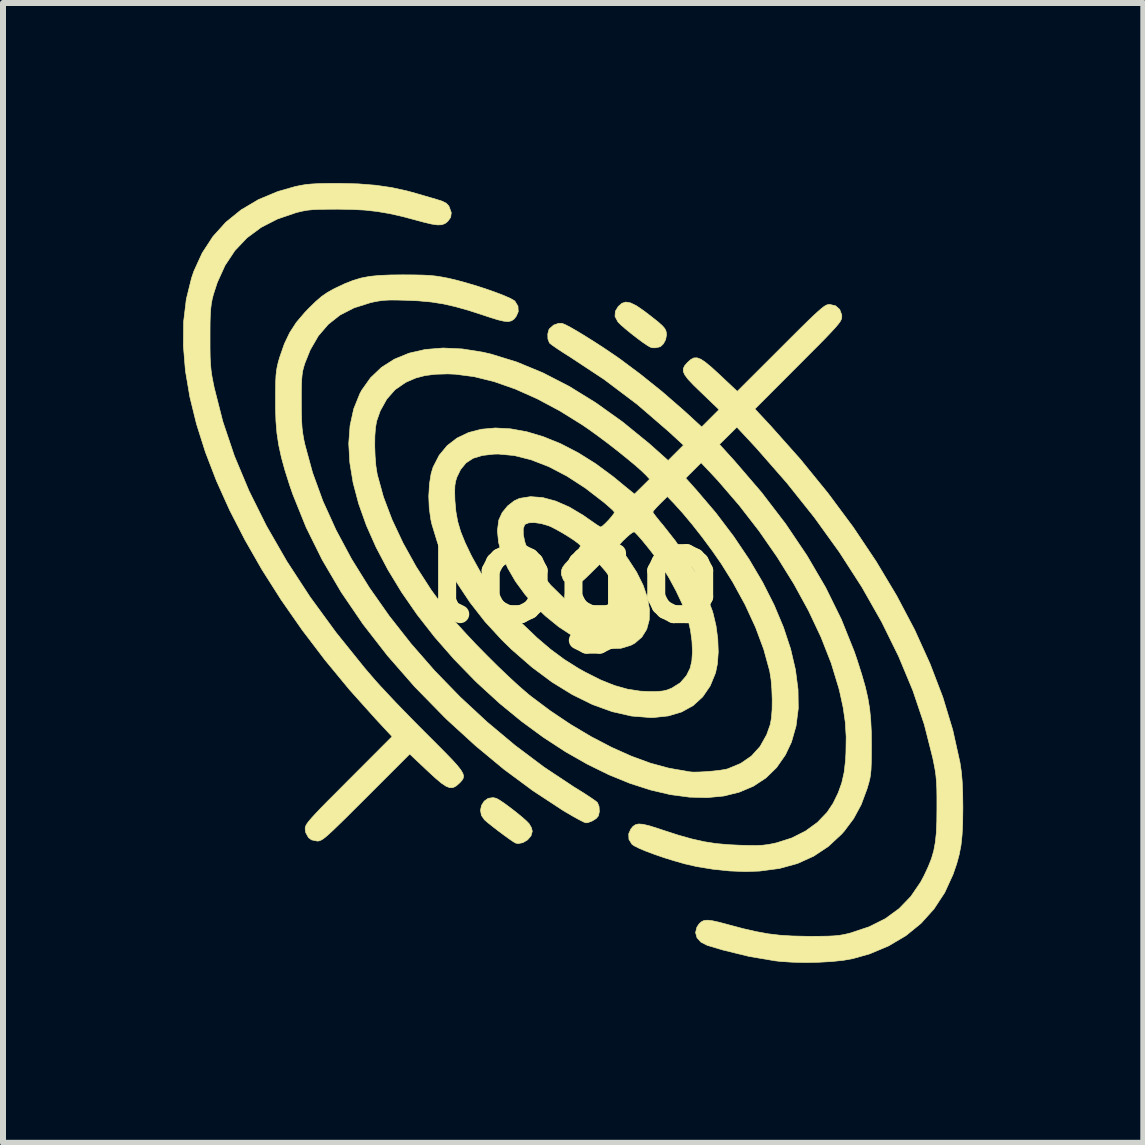
<source format=kicad_pcb>
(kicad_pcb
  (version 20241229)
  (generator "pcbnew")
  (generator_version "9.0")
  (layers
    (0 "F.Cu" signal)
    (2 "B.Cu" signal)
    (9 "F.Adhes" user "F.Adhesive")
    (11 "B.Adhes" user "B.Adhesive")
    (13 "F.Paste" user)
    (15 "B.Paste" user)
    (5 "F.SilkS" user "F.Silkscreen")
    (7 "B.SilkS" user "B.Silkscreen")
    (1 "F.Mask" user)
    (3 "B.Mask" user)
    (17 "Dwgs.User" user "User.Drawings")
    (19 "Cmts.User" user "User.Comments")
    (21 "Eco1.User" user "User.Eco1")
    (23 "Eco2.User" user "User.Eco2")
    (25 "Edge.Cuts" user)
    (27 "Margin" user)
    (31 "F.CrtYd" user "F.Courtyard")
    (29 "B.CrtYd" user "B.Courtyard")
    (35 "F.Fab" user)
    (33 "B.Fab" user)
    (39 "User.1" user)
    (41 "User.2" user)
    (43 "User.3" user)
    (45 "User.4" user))
  (footprint "logo"
    (layer "F.Cu")
    (at 6.504 6.492)
    (property "Reference" "logo" (at 0 0 0) (layer "F.SilkS") (effects (font (size 1.524 1.524) (thickness 0.3))))
    (attr through_hole)
    (fp_poly (pts (xy -1.285 3.758) (xy -1.233 3.787) (xy -1.154 3.84) (xy -1.059 3.91) (xy -0.959 3.987) (xy -0.865 4.064) (xy -0.788 4.131) (xy -0.74 4.18) (xy -0.738 4.183) (xy -0.701 4.247) (xy -0.686 4.307) (xy -0.708 4.384) (xy -0.765 4.45) (xy -0.842 4.496) (xy -0.923 4.512) (xy -0.965 4.503) (xy -1.004 4.48) (xy -1.071 4.434) (xy -1.158 4.371) (xy -1.252 4.301) (xy -1.344 4.23) (xy -1.423 4.167) (xy -1.479 4.119) (xy -1.48 4.119) (xy -1.534 4.042) (xy -1.549 3.957) (xy -1.532 3.875) (xy -1.487 3.805) (xy -1.421 3.758) (xy -1.339 3.746) (xy -1.285 3.758)) (stroke (width 0.01) (type solid)) (fill yes) (layer "F.SilkS"))
    (fp_poly (pts (xy 0.951 -4.496) (xy 1.049 -4.448) (xy 1.173 -4.363) (xy 1.198 -4.344) (xy 1.325 -4.246) (xy 1.418 -4.172) (xy 1.481 -4.115) (xy 1.52 -4.07) (xy 1.54 -4.031) (xy 1.548 -3.991) (xy 1.549 -3.959) (xy 1.535 -3.883) (xy 1.498 -3.814) (xy 1.451 -3.769) (xy 1.42 -3.759) (xy 1.381 -3.752) (xy 1.367 -3.748) (xy 1.318 -3.748) (xy 1.279 -3.759) (xy 1.229 -3.788) (xy 1.151 -3.841) (xy 1.057 -3.911) (xy 0.958 -3.988) (xy 0.865 -4.064) (xy 0.789 -4.13) (xy 0.741 -4.179) (xy 0.738 -4.183) (xy 0.692 -4.271) (xy 0.698 -4.357) (xy 0.746 -4.436) (xy 0.806 -4.489) (xy 0.872 -4.51) (xy 0.951 -4.496)) (stroke (width 0.01) (type solid)) (fill yes) (layer "F.SilkS"))
    (fp_poly (pts (xy -2.658 -4.962) (xy -2.51 -4.959) (xy -2.39 -4.953) (xy -2.286 -4.942) (xy -2.187 -4.926) (xy -2.083 -4.906) (xy -1.933 -4.87) (xy -1.77 -4.825) (xy -1.602 -4.775) (xy -1.438 -4.721) (xy -1.286 -4.667) (xy -1.154 -4.616) (xy -1.052 -4.571) (xy -0.988 -4.535) (xy -0.976 -4.525) (xy -0.925 -4.442) (xy -0.92 -4.349) (xy -0.955 -4.271) (xy -0.992 -4.225) (xy -1.034 -4.197) (xy -1.087 -4.185) (xy -1.159 -4.191) (xy -1.259 -4.214) (xy -1.394 -4.256) (xy -1.496 -4.29) (xy -1.749 -4.372) (xy -1.97 -4.434) (xy -2.173 -4.48) (xy -2.371 -4.511) (xy -2.579 -4.53) (xy -2.769 -4.539) (xy -2.93 -4.543) (xy -3.054 -4.544) (xy -3.154 -4.539) (xy -3.242 -4.528) (xy -3.332 -4.511) (xy -3.388 -4.498) (xy -3.656 -4.413) (xy -3.888 -4.294) (xy -4.085 -4.139) (xy -4.25 -3.947) (xy -4.385 -3.714) (xy -4.474 -3.493) (xy -4.496 -3.423) (xy -4.512 -3.359) (xy -4.522 -3.288) (xy -4.529 -3.202) (xy -4.533 -3.091) (xy -4.534 -2.943) (xy -4.534 -2.857) (xy -4.533 -2.677) (xy -4.529 -2.535) (xy -4.522 -2.418) (xy -4.509 -2.315) (xy -4.491 -2.211) (xy -4.474 -2.134) (xy -4.347 -1.667) (xy -4.174 -1.192) (xy -3.956 -0.712) (xy -3.698 -0.23) (xy -3.401 0.248) (xy -3.069 0.721) (xy -2.704 1.185) (xy -2.31 1.636) (xy -1.888 2.07) (xy -1.442 2.484) (xy -0.975 2.875) (xy -0.49 3.239) (xy 0.012 3.572) (xy 0.089 3.619) (xy 0.197 3.687) (xy 0.291 3.749) (xy 0.362 3.798) (xy 0.399 3.828) (xy 0.4 3.83) (xy 0.426 3.894) (xy 0.431 3.978) (xy 0.416 4.05) (xy 0.379 4.094) (xy 0.313 4.135) (xy 0.241 4.162) (xy 0.209 4.166) (xy 0.171 4.153) (xy 0.1 4.117) (xy 0.003 4.064) (xy -0.112 3.997) (xy -0.182 3.955) (xy -0.677 3.63) (xy -1.157 3.275) (xy -1.631 2.882) (xy -2.107 2.447) (xy -2.152 2.403) (xy -2.647 1.897) (xy -3.099 1.38) (xy -3.507 0.855) (xy -3.87 0.322) (xy -4.186 -0.216) (xy -4.454 -0.757) (xy -4.673 -1.3) (xy -4.726 -1.452) (xy -4.806 -1.704) (xy -4.866 -1.923) (xy -4.91 -2.124) (xy -4.94 -2.321) (xy -4.957 -2.526) (xy -4.964 -2.754) (xy -4.964 -2.883) (xy -4.963 -3.055) (xy -4.961 -3.186) (xy -4.956 -3.288) (xy -4.947 -3.37) (xy -4.934 -3.442) (xy -4.916 -3.516) (xy -4.893 -3.594) (xy -4.816 -3.815) (xy -4.727 -4.001) (xy -4.618 -4.169) (xy -4.478 -4.334) (xy -4.407 -4.408) (xy -4.293 -4.519) (xy -4.197 -4.602) (xy -4.105 -4.666) (xy -4.002 -4.724) (xy -3.962 -4.744) (xy -3.809 -4.816) (xy -3.672 -4.87) (xy -3.538 -4.91) (xy -3.398 -4.937) (xy -3.239 -4.953) (xy -3.051 -4.961) (xy -2.845 -4.963) (xy -2.658 -4.962)) (stroke (width 0.01) (type solid)) (fill yes) (layer "F.SilkS"))
    (fp_poly (pts (xy -3.912 -6.487) (xy -3.586 -6.479) (xy -3.296 -6.456) (xy -3.027 -6.417) (xy -2.765 -6.359) (xy -2.63 -6.322) (xy -2.507 -6.286) (xy -2.373 -6.247) (xy -2.28 -6.22) (xy -2.182 -6.188) (xy -2.12 -6.156) (xy -2.082 -6.117) (xy -2.07 -6.096) (xy -2.036 -6) (xy -2.046 -5.921) (xy -2.094 -5.854) (xy -2.14 -5.818) (xy -2.194 -5.798) (xy -2.265 -5.795) (xy -2.362 -5.809) (xy -2.493 -5.84) (xy -2.59 -5.866) (xy -2.843 -5.934) (xy -3.065 -5.984) (xy -3.271 -6.019) (xy -3.476 -6.042) (xy -3.696 -6.053) (xy -3.924 -6.057) (xy -4.101 -6.056) (xy -4.238 -6.054) (xy -4.345 -6.049) (xy -4.433 -6.04) (xy -4.511 -6.026) (xy -4.592 -6.007) (xy -4.623 -5.999) (xy -4.933 -5.893) (xy -5.205 -5.753) (xy -5.441 -5.578) (xy -5.641 -5.367) (xy -5.805 -5.12) (xy -5.934 -4.836) (xy -5.999 -4.636) (xy -6.019 -4.558) (xy -6.033 -4.483) (xy -6.043 -4.401) (xy -6.05 -4.302) (xy -6.054 -4.177) (xy -6.055 -4.016) (xy -6.055 -3.924) (xy -6.055 -3.742) (xy -6.053 -3.598) (xy -6.047 -3.48) (xy -6.038 -3.378) (xy -6.024 -3.279) (xy -6.003 -3.17) (xy -5.986 -3.086) (xy -5.842 -2.519) (xy -5.649 -1.945) (xy -5.406 -1.365) (xy -5.115 -0.78) (xy -4.776 -0.191) (xy -4.39 0.401) (xy -3.957 0.994) (xy -3.478 1.589) (xy -3.307 1.788) (xy -3.221 1.884) (xy -3.105 2.008) (xy -2.968 2.154) (xy -2.815 2.312) (xy -2.655 2.476) (xy -2.493 2.639) (xy -2.434 2.698) (xy -2.261 2.871) (xy -2.122 3.011) (xy -2.013 3.124) (xy -1.932 3.214) (xy -1.877 3.285) (xy -1.844 3.34) (xy -1.831 3.384) (xy -1.836 3.421) (xy -1.855 3.455) (xy -1.886 3.49) (xy -1.903 3.507) (xy -1.956 3.553) (xy -2.006 3.579) (xy -2.059 3.581) (xy -2.122 3.557) (xy -2.2 3.505) (xy -2.3 3.421) (xy -2.427 3.304) (xy -2.462 3.271) (xy -2.728 3.02) (xy -3.453 3.745) (xy -3.635 3.926) (xy -3.784 4.075) (xy -3.905 4.193) (xy -4.001 4.286) (xy -4.076 4.355) (xy -4.133 4.405) (xy -4.177 4.438) (xy -4.211 4.457) (xy -4.238 4.467) (xy -4.263 4.47) (xy -4.269 4.47) (xy -4.364 4.45) (xy -4.415 4.412) (xy -4.461 4.328) (xy -4.47 4.266) (xy -4.468 4.242) (xy -4.459 4.215) (xy -4.441 4.182) (xy -4.409 4.139) (xy -4.36 4.082) (xy -4.292 4.008) (xy -4.202 3.913) (xy -4.085 3.794) (xy -3.938 3.647) (xy -3.759 3.467) (xy -3.746 3.454) (xy -3.022 2.729) (xy -3.289 2.442) (xy -3.729 1.951) (xy -4.139 1.454) (xy -4.52 0.953) (xy -4.87 0.451) (xy -5.189 -0.051) (xy -5.475 -0.551) (xy -5.729 -1.045) (xy -5.948 -1.532) (xy -6.132 -2.01) (xy -6.28 -2.477) (xy -6.391 -2.929) (xy -6.465 -3.366) (xy -6.499 -3.785) (xy -6.495 -4.183) (xy -6.45 -4.558) (xy -6.363 -4.909) (xy -6.324 -5.024) (xy -6.185 -5.328) (xy -6.007 -5.601) (xy -5.791 -5.84) (xy -5.538 -6.045) (xy -5.25 -6.216) (xy -4.927 -6.351) (xy -4.637 -6.434) (xy -4.545 -6.453) (xy -4.456 -6.468) (xy -4.358 -6.477) (xy -4.243 -6.483) (xy -4.098 -6.486) (xy -3.913 -6.487) (xy -3.912 -6.487)) (stroke (width 0.01) (type solid)) (fill yes) (layer "F.SilkS"))
    (fp_poly (pts (xy 4.366 -4.448) (xy 4.435 -4.387) (xy 4.469 -4.296) (xy 4.47 -4.266) (xy 4.468 -4.242) (xy 4.459 -4.215) (xy 4.441 -4.182) (xy 4.409 -4.139) (xy 4.36 -4.082) (xy 4.292 -4.008) (xy 4.202 -3.913) (xy 4.085 -3.794) (xy 3.938 -3.647) (xy 3.759 -3.467) (xy 3.746 -3.454) (xy 3.022 -2.729) (xy 3.284 -2.448) (xy 3.779 -1.892) (xy 4.238 -1.328) (xy 4.66 -0.76) (xy 5.042 -0.189) (xy 5.384 0.382) (xy 5.684 0.951) (xy 5.94 1.516) (xy 6.153 2.073) (xy 6.319 2.621) (xy 6.438 3.157) (xy 6.443 3.188) (xy 6.463 3.325) (xy 6.476 3.48) (xy 6.484 3.665) (xy 6.487 3.888) (xy 6.487 3.937) (xy 6.484 4.172) (xy 6.474 4.369) (xy 6.456 4.539) (xy 6.426 4.695) (xy 6.384 4.85) (xy 6.327 5.014) (xy 6.324 5.024) (xy 6.185 5.328) (xy 6.006 5.601) (xy 5.79 5.841) (xy 5.538 6.046) (xy 5.251 6.216) (xy 4.932 6.35) (xy 4.651 6.429) (xy 4.494 6.457) (xy 4.301 6.477) (xy 4.086 6.489) (xy 3.862 6.493) (xy 3.643 6.488) (xy 3.444 6.475) (xy 3.359 6.465) (xy 2.923 6.391) (xy 2.489 6.285) (xy 2.228 6.207) (xy 2.124 6.154) (xy 2.058 6.081) (xy 2.034 5.995) (xy 2.056 5.905) (xy 2.091 5.852) (xy 2.129 5.816) (xy 2.173 5.794) (xy 2.231 5.788) (xy 2.312 5.797) (xy 2.425 5.822) (xy 2.577 5.862) (xy 2.583 5.864) (xy 2.831 5.93) (xy 3.047 5.979) (xy 3.244 6.015) (xy 3.436 6.038) (xy 3.638 6.051) (xy 3.864 6.056) (xy 3.924 6.057) (xy 4.102 6.056) (xy 4.239 6.054) (xy 4.346 6.049) (xy 4.434 6.04) (xy 4.513 6.026) (xy 4.594 6.007) (xy 4.623 5.999) (xy 4.928 5.897) (xy 5.195 5.763) (xy 5.425 5.595) (xy 5.621 5.392) (xy 5.784 5.153) (xy 5.843 5.042) (xy 5.911 4.896) (xy 5.964 4.763) (xy 6.002 4.632) (xy 6.028 4.492) (xy 6.045 4.332) (xy 6.053 4.143) (xy 6.055 3.924) (xy 6.055 3.742) (xy 6.053 3.598) (xy 6.047 3.48) (xy 6.038 3.378) (xy 6.024 3.279) (xy 6.003 3.17) (xy 5.986 3.086) (xy 5.845 2.529) (xy 5.655 1.964) (xy 5.417 1.393) (xy 5.133 0.816) (xy 4.804 0.237) (xy 4.431 -0.342) (xy 4.014 -0.921) (xy 3.555 -1.497) (xy 3.055 -2.068) (xy 2.912 -2.223) (xy 2.722 -2.426) (xy 2.432 -2.139) (xy 2.684 -1.861) (xy 3.131 -1.341) (xy 3.533 -0.816) (xy 3.89 -0.286) (xy 4.201 0.246) (xy 4.463 0.778) (xy 4.676 1.308) (xy 4.724 1.448) (xy 4.801 1.69) (xy 4.861 1.898) (xy 4.904 2.085) (xy 4.934 2.265) (xy 4.952 2.45) (xy 4.962 2.653) (xy 4.964 2.87) (xy 4.963 3.044) (xy 4.961 3.177) (xy 4.957 3.28) (xy 4.949 3.362) (xy 4.937 3.433) (xy 4.919 3.504) (xy 4.895 3.585) (xy 4.893 3.594) (xy 4.793 3.863) (xy 4.667 4.096) (xy 4.509 4.307) (xy 4.465 4.356) (xy 4.245 4.56) (xy 4.001 4.722) (xy 3.731 4.844) (xy 3.432 4.926) (xy 3.102 4.97) (xy 2.864 4.978) (xy 2.603 4.968) (xy 2.326 4.939) (xy 2.055 4.895) (xy 1.854 4.849) (xy 1.686 4.801) (xy 1.517 4.749) (xy 1.357 4.694) (xy 1.214 4.641) (xy 1.097 4.592) (xy 1.013 4.55) (xy 0.975 4.524) (xy 0.924 4.442) (xy 0.92 4.349) (xy 0.955 4.271) (xy 0.992 4.225) (xy 1.034 4.197) (xy 1.087 4.185) (xy 1.159 4.191) (xy 1.259 4.214) (xy 1.394 4.256) (xy 1.496 4.29) (xy 1.749 4.372) (xy 1.97 4.434) (xy 2.173 4.48) (xy 2.371 4.511) (xy 2.579 4.53) (xy 2.769 4.539) (xy 2.93 4.543) (xy 3.054 4.544) (xy 3.154 4.539) (xy 3.242 4.528) (xy 3.332 4.511) (xy 3.388 4.498) (xy 3.638 4.418) (xy 3.866 4.303) (xy 4.064 4.159) (xy 4.226 3.99) (xy 4.326 3.84) (xy 4.41 3.667) (xy 4.47 3.5) (xy 4.51 3.322) (xy 4.533 3.119) (xy 4.539 2.997) (xy 4.543 2.733) (xy 4.528 2.489) (xy 4.493 2.246) (xy 4.436 1.984) (xy 4.42 1.92) (xy 4.294 1.506) (xy 4.125 1.075) (xy 3.917 0.634) (xy 3.673 0.188) (xy 3.397 -0.257) (xy 3.093 -0.695) (xy 2.763 -1.121) (xy 2.412 -1.529) (xy 2.267 -1.685) (xy 2.126 -1.833) (xy 1.87 -1.577) (xy 2.047 -1.379) (xy 2.373 -0.996) (xy 2.666 -0.609) (xy 2.926 -0.223) (xy 3.152 0.16) (xy 3.343 0.538) (xy 3.498 0.908) (xy 3.617 1.268) (xy 3.698 1.615) (xy 3.741 1.946) (xy 3.745 2.26) (xy 3.708 2.553) (xy 3.631 2.822) (xy 3.531 3.034) (xy 3.383 3.246) (xy 3.204 3.42) (xy 2.997 3.556) (xy 2.763 3.655) (xy 2.506 3.719) (xy 2.227 3.746) (xy 1.929 3.738) (xy 1.614 3.696) (xy 1.285 3.619) (xy 0.943 3.509) (xy 0.592 3.366) (xy 0.233 3.19) (xy -0.131 2.983) (xy -0.498 2.744) (xy -0.865 2.475) (xy -1.231 2.175) (xy -1.592 1.845) (xy -1.647 1.792) (xy -1.994 1.435) (xy -2.314 1.069) (xy -2.604 0.698) (xy -2.864 0.323) (xy -3.092 -0.052) (xy -3.288 -0.424) (xy -3.451 -0.791) (xy -3.579 -1.151) (xy -3.671 -1.499) (xy -3.726 -1.834) (xy -3.742 -2.115) (xy -3.311 -2.115) (xy -3.305 -1.945) (xy -3.292 -1.782) (xy -3.27 -1.642) (xy -3.266 -1.626) (xy -3.166 -1.263) (xy -3.023 -0.885) (xy -2.84 -0.496) (xy -2.622 -0.103) (xy -2.37 0.288) (xy -2.089 0.671) (xy -2.057 0.711) (xy -1.942 0.849) (xy -1.796 1.01) (xy -1.629 1.188) (xy -1.448 1.372) (xy -1.263 1.556) (xy -1.082 1.729) (xy -0.913 1.885) (xy -0.764 2.014) (xy -0.711 2.057) (xy -0.384 2.302) (xy -0.047 2.528) (xy 0.295 2.731) (xy 0.634 2.908) (xy 0.965 3.056) (xy 1.281 3.172) (xy 1.575 3.252) (xy 1.702 3.276) (xy 1.799 3.292) (xy 1.879 3.306) (xy 1.927 3.315) (xy 1.93 3.316) (xy 1.99 3.321) (xy 2.085 3.32) (xy 2.202 3.314) (xy 2.324 3.304) (xy 2.439 3.291) (xy 2.531 3.276) (xy 2.568 3.267) (xy 2.785 3.177) (xy 2.965 3.053) (xy 3.109 2.894) (xy 3.219 2.697) (xy 3.279 2.527) (xy 3.298 2.421) (xy 3.309 2.278) (xy 3.311 2.115) (xy 3.305 1.945) (xy 3.292 1.782) (xy 3.27 1.642) (xy 3.266 1.626) (xy 3.17 1.276) (xy 3.033 0.908) (xy 2.859 0.531) (xy 2.652 0.153) (xy 2.463 -0.15) (xy 2.312 -0.367) (xy 2.148 -0.589) (xy 1.98 -0.803) (xy 1.817 -0.998) (xy 1.669 -1.161) (xy 1.668 -1.162) (xy 1.564 -1.27) (xy 1.442 -1.15) (xy 1.381 -1.087) (xy 1.337 -1.037) (xy 1.321 -1.012) (xy 1.336 -0.986) (xy 1.378 -0.931) (xy 1.439 -0.855) (xy 1.49 -0.795) (xy 1.699 -0.529) (xy 1.892 -0.243) (xy 2.062 0.052) (xy 2.204 0.346) (xy 2.31 0.626) (xy 2.326 0.677) (xy 2.375 0.886) (xy 2.404 1.104) (xy 2.412 1.319) (xy 2.398 1.516) (xy 2.367 1.667) (xy 2.277 1.886) (xy 2.153 2.067) (xy 1.995 2.212) (xy 1.804 2.318) (xy 1.582 2.385) (xy 1.33 2.412) (xy 1.279 2.412) (xy 0.967 2.387) (xy 0.645 2.314) (xy 0.316 2.195) (xy -0.019 2.03) (xy -0.357 1.822) (xy -0.694 1.571) (xy -1.029 1.279) (xy -1.194 1.118) (xy -1.474 0.814) (xy -1.724 0.494) (xy -1.941 0.167) (xy -2.122 -0.164) (xy -2.262 -0.491) (xy -2.359 -0.809) (xy -2.376 -0.885) (xy -2.403 -1.076) (xy -2.411 -1.278) (xy -2.406 -1.355) (xy -1.979 -1.355) (xy -1.976 -1.226) (xy -1.975 -1.201) (xy -1.959 -1.021) (xy -1.929 -0.853) (xy -1.879 -0.684) (xy -1.805 -0.501) (xy -1.706 -0.294) (xy -1.685 -0.254) (xy -1.549 -0.009) (xy -1.398 0.22) (xy -1.227 0.443) (xy -1.025 0.671) (xy -0.851 0.851) (xy -0.609 1.082) (xy -0.38 1.277) (xy -0.153 1.445) (xy 0.084 1.594) (xy 0.197 1.657) (xy 0.451 1.785) (xy 0.682 1.878) (xy 0.899 1.939) (xy 1.111 1.972) (xy 1.27 1.979) (xy 1.395 1.978) (xy 1.487 1.97) (xy 1.56 1.953) (xy 1.632 1.924) (xy 1.639 1.921) (xy 1.779 1.833) (xy 1.883 1.713) (xy 1.944 1.589) (xy 1.972 1.468) (xy 1.982 1.313) (xy 1.974 1.138) (xy 1.949 0.955) (xy 1.908 0.779) (xy 1.885 0.704) (xy 1.809 0.513) (xy 1.709 0.302) (xy 1.595 0.091) (xy 1.477 -0.103) (xy 1.427 -0.177) (xy 1.356 -0.274) (xy 1.277 -0.377) (xy 1.197 -0.477) (xy 1.123 -0.566) (xy 1.061 -0.635) (xy 1.02 -0.676) (xy 1.01 -0.682) (xy 0.982 -0.67) (xy 0.932 -0.633) (xy 0.873 -0.58) (xy 0.816 -0.525) (xy 0.775 -0.478) (xy 0.762 -0.453) (xy 0.776 -0.426) (xy 0.814 -0.368) (xy 0.868 -0.288) (xy 0.905 -0.236) (xy 1.052 -0.01) (xy 1.161 0.209) (xy 1.232 0.417) (xy 1.266 0.611) (xy 1.262 0.787) (xy 1.22 0.942) (xy 1.139 1.072) (xy 1.021 1.174) (xy 0.955 1.209) (xy 0.792 1.258) (xy 0.608 1.264) (xy 0.407 1.23) (xy 0.195 1.156) (xy -0.024 1.046) (xy -0.246 0.9) (xy -0.467 0.72) (xy -0.616 0.578) (xy -0.805 0.364) (xy -0.966 0.144) (xy -1.095 -0.078) (xy -1.19 -0.297) (xy -1.248 -0.506) (xy -1.267 -0.7) (xy -1.263 -0.734) (xy -0.837 -0.734) (xy -0.836 -0.635) (xy -0.81 -0.512) (xy -0.762 -0.373) (xy -0.715 -0.272) (xy -0.567 -0.027) (xy -0.382 0.204) (xy -0.169 0.414) (xy 0.063 0.594) (xy 0.305 0.735) (xy 0.429 0.79) (xy 0.535 0.821) (xy 0.641 0.835) (xy 0.734 0.832) (xy 0.799 0.812) (xy 0.813 0.8) (xy 0.832 0.744) (xy 0.835 0.646) (xy 0.833 0.623) (xy 0.81 0.511) (xy 0.762 0.376) (xy 0.696 0.232) (xy 0.619 0.095) (xy 0.538 -0.021) (xy 0.523 -0.038) (xy 0.435 -0.14) (xy 0.261 0.032) (xy 0.175 0.114) (xy 0.112 0.166) (xy 0.062 0.193) (xy 0.016 0.203) (xy 0.001 0.203) (xy -0.097 0.181) (xy -0.167 0.122) (xy -0.201 0.032) (xy -0.203 0.003) (xy -0.198 -0.046) (xy -0.179 -0.093) (xy -0.138 -0.148) (xy -0.068 -0.223) (xy -0.035 -0.257) (xy 0.036 -0.333) (xy 0.089 -0.398) (xy 0.116 -0.441) (xy 0.117 -0.453) (xy 0.081 -0.488) (xy 0.011 -0.54) (xy -0.08 -0.6) (xy -0.183 -0.663) (xy -0.284 -0.72) (xy -0.373 -0.766) (xy -0.419 -0.785) (xy -0.539 -0.82) (xy -0.652 -0.836) (xy -0.745 -0.832) (xy -0.806 -0.807) (xy -0.813 -0.8) (xy -0.837 -0.734) (xy -1.263 -0.734) (xy -1.245 -0.874) (xy -1.243 -0.881) (xy -1.188 -1.001) (xy -1.098 -1.112) (xy -0.988 -1.198) (xy -0.899 -1.239) (xy -0.716 -1.268) (xy -0.514 -1.253) (xy -0.296 -1.194) (xy -0.068 -1.094) (xy 0.167 -0.954) (xy 0.236 -0.905) (xy 0.324 -0.844) (xy 0.395 -0.795) (xy 0.442 -0.767) (xy 0.453 -0.762) (xy 0.483 -0.779) (xy 0.532 -0.823) (xy 0.587 -0.88) (xy 0.638 -0.939) (xy 0.674 -0.987) (xy 0.682 -1.01) (xy 0.66 -1.037) (xy 0.607 -1.086) (xy 0.535 -1.149) (xy 0.508 -1.172) (xy 0.198 -1.411) (xy -0.109 -1.61) (xy -0.411 -1.768) (xy -0.705 -1.882) (xy -0.987 -1.953) (xy -1.254 -1.978) (xy -1.328 -1.976) (xy -1.52 -1.954) (xy -1.672 -1.907) (xy -1.79 -1.83) (xy -1.881 -1.719) (xy -1.944 -1.589) (xy -1.964 -1.523) (xy -1.976 -1.449) (xy -1.979 -1.355) (xy -2.406 -1.355) (xy -2.4 -1.473) (xy -2.372 -1.649) (xy -2.339 -1.759) (xy -2.238 -1.956) (xy -2.104 -2.118) (xy -1.94 -2.244) (xy -1.75 -2.335) (xy -1.536 -2.391) (xy -1.301 -2.412) (xy -1.048 -2.398) (xy -0.781 -2.35) (xy -0.503 -2.267) (xy -0.216 -2.151) (xy 0.076 -2) (xy 0.37 -1.816) (xy 0.664 -1.599) (xy 0.72 -1.553) (xy 0.807 -1.481) (xy 0.885 -1.417) (xy 0.943 -1.37) (xy 0.955 -1.36) (xy 1.017 -1.311) (xy 1.143 -1.435) (xy 1.269 -1.56) (xy 1.213 -1.621) (xy 1.138 -1.694) (xy 1.03 -1.79) (xy 0.896 -1.901) (xy 0.746 -2.022) (xy 0.587 -2.146) (xy 0.428 -2.265) (xy 0.277 -2.375) (xy 0.152 -2.461) (xy -0.229 -2.698) (xy -0.604 -2.898) (xy -0.969 -3.061) (xy -1.32 -3.184) (xy -1.655 -3.267) (xy -1.97 -3.308) (xy -2.095 -3.313) (xy -2.302 -3.307) (xy -2.474 -3.285) (xy -2.626 -3.245) (xy -2.773 -3.182) (xy -2.802 -3.167) (xy -2.972 -3.05) (xy -3.111 -2.892) (xy -3.22 -2.696) (xy -3.279 -2.527) (xy -3.298 -2.421) (xy -3.309 -2.278) (xy -3.311 -2.115) (xy -3.742 -2.115) (xy -3.744 -2.153) (xy -3.722 -2.452) (xy -3.661 -2.73) (xy -3.559 -2.983) (xy -3.528 -3.041) (xy -3.38 -3.249) (xy -3.198 -3.422) (xy -2.984 -3.558) (xy -2.74 -3.658) (xy -2.469 -3.72) (xy -2.172 -3.744) (xy -1.852 -3.729) (xy -1.512 -3.675) (xy -1.373 -3.643) (xy -0.945 -3.511) (xy -0.51 -3.331) (xy -0.069 -3.104) (xy 0.374 -2.83) (xy 0.819 -2.512) (xy 1.262 -2.151) (xy 1.379 -2.047) (xy 1.577 -1.87) (xy 1.833 -2.126) (xy 1.583 -2.356) (xy 1.065 -2.803) (xy 0.511 -3.221) (xy -0.051 -3.592) (xy -0.166 -3.665) (xy -0.267 -3.731) (xy -0.345 -3.785) (xy -0.392 -3.821) (xy -0.4 -3.829) (xy -0.426 -3.895) (xy -0.428 -3.979) (xy -0.408 -4.053) (xy -0.399 -4.066) (xy -0.331 -4.126) (xy -0.247 -4.156) (xy -0.189 -4.155) (xy -0.134 -4.132) (xy -0.046 -4.086) (xy 0.07 -4.019) (xy 0.204 -3.937) (xy 0.351 -3.845) (xy 0.502 -3.747) (xy 0.65 -3.647) (xy 0.769 -3.565) (xy 1.119 -3.304) (xy 1.475 -3.018) (xy 1.816 -2.722) (xy 1.887 -2.658) (xy 2.136 -2.429) (xy 2.425 -2.718) (xy 2.127 -3.004) (xy 2.002 -3.125) (xy 1.912 -3.22) (xy 1.856 -3.294) (xy 1.829 -3.353) (xy 1.83 -3.404) (xy 1.855 -3.453) (xy 1.902 -3.506) (xy 1.903 -3.507) (xy 1.955 -3.553) (xy 2.005 -3.579) (xy 2.058 -3.581) (xy 2.121 -3.558) (xy 2.199 -3.506) (xy 2.299 -3.423) (xy 2.426 -3.307) (xy 2.463 -3.272) (xy 2.729 -3.022) (xy 3.454 -3.746) (xy 3.635 -3.927) (xy 3.784 -4.075) (xy 3.905 -4.194) (xy 4.001 -4.286) (xy 4.076 -4.355) (xy 4.134 -4.405) (xy 4.177 -4.438) (xy 4.211 -4.458) (xy 4.238 -4.467) (xy 4.263 -4.47) (xy 4.269 -4.47) (xy 4.366 -4.448)) (stroke (width 0.01) (type solid)) (fill yes) (layer "F.SilkS")))
  (gr_rect
    (start -3 -3)
    (end 15.997 15.989)
    (stroke (width 0.1) (type default))
    (fill no)
    (layer "Edge.Cuts")))
</source>
